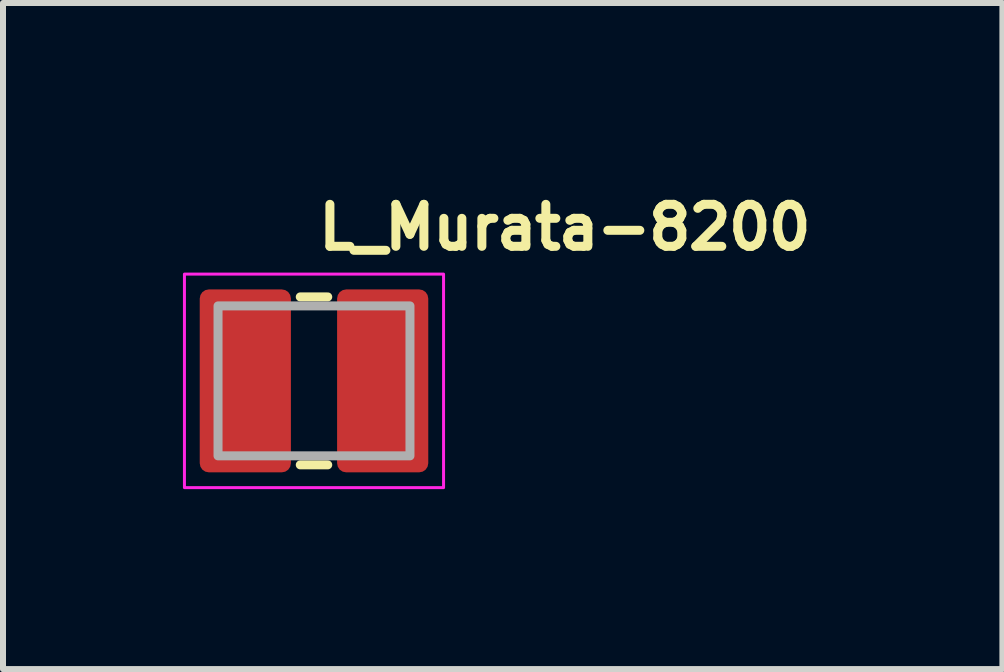
<source format=kicad_pcb>
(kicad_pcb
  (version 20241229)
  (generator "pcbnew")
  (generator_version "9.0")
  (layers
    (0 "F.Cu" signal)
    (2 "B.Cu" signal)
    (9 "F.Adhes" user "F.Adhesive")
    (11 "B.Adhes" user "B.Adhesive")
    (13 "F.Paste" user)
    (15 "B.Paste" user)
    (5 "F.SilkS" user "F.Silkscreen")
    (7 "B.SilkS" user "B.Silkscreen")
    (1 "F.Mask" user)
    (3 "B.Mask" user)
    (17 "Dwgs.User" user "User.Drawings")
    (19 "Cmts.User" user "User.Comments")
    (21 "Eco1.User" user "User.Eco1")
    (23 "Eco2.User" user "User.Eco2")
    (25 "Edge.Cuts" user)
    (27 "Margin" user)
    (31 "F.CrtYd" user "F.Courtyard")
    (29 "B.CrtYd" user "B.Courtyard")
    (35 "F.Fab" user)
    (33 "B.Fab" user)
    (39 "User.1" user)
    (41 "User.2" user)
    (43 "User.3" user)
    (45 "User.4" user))
  (footprint "L_Murata-8200"
    (layer "F.Cu")
    (at 2.185 3.3)
    (property "Reference" "L_Murata-8200" (at 0 -2.15 0) (layer "F.SilkS") (effects (font (size 0.7 0.7) (thickness 0.15)) (justify left bottom)))
    (attr smd)
    (fp_line (start -0.229 -1.4) (end 0.229 -1.4) (stroke (width 0.15) (type solid)) (layer "F.SilkS"))
    (fp_line (start -0.229 1.4) (end 0.229 1.4) (stroke (width 0.15) (type solid)) (layer "F.SilkS"))
    (fp_rect (start -2.16 -1.78) (end 2.16 1.78) (stroke (width 0.05) (type solid)) (fill no) (layer "F.CrtYd"))
    (fp_rect (start -1.6 -1.25) (end 1.6 1.25) (stroke (width 0.15) (type solid)) (fill no) (layer "F.Fab"))
    (fp_rect (start -1.6 -1.25) (end 1.6 1.25) (stroke (width 0.1) (type solid)) (fill no) (layer "User.5"))
    (fp_line (start -1.6 -1.15) (end -1.6 -1) (stroke (width 0.02) (type solid)) (layer "User.9"))
    (fp_line (start -1.6 -1.014) (end -1.6 1) (stroke (width 0.02) (type solid)) (layer "User.9"))
    (fp_line (start -1.6 -1) (end -1.6 1) (stroke (width 0.02) (type solid)) (layer "User.9"))
    (fp_line (start -1.6 1) (end -1.6 1.15) (stroke (width 0.02) (type solid)) (layer "User.9"))
    (fp_line (start -1.6 1.15) (end -1.599 1.154) (stroke (width 0.02) (type solid)) (layer "User.9"))
    (fp_line (start -1.599 -1.159) (end -1.599 -1.154) (stroke (width 0.02) (type solid)) (layer "User.9"))
    (fp_line (start -1.599 -1.154) (end -1.6 -1.15) (stroke (width 0.02) (type solid)) (layer "User.9"))
    (fp_line (start -1.599 1.154) (end -1.599 1.159) (stroke (width 0.02) (type solid)) (layer "User.9"))
    (fp_line (start -1.599 1.159) (end -1.598 1.164) (stroke (width 0.02) (type solid)) (layer "User.9"))
    (fp_line (start -1.598 -1.169) (end -1.598 -1.164) (stroke (width 0.02) (type solid)) (layer "User.9"))
    (fp_line (start -1.598 -1.164) (end -1.599 -1.159) (stroke (width 0.02) (type solid)) (layer "User.9"))
    (fp_line (start -1.598 1.164) (end -1.598 1.169) (stroke (width 0.02) (type solid)) (layer "User.9"))
    (fp_line (start -1.598 1.169) (end -1.596 1.174) (stroke (width 0.02) (type solid)) (layer "User.9"))
    (fp_line (start -1.596 -1.174) (end -1.598 -1.169) (stroke (width 0.02) (type solid)) (layer "User.9"))
    (fp_line (start -1.596 1.174) (end -1.595 1.179) (stroke (width 0.02) (type solid)) (layer "User.9"))
    (fp_line (start -1.595 -1.179) (end -1.596 -1.174) (stroke (width 0.02) (type solid)) (layer "User.9"))
    (fp_line (start -1.595 1.179) (end -1.594 1.183) (stroke (width 0.02) (type solid)) (layer "User.9"))
    (fp_line (start -1.594 -1.183) (end -1.595 -1.179) (stroke (width 0.02) (type solid)) (layer "User.9"))
    (fp_line (start -1.594 1.183) (end -1.592 1.188) (stroke (width 0.02) (type solid)) (layer "User.9"))
    (fp_line (start -1.592 -1.188) (end -1.594 -1.183) (stroke (width 0.02) (type solid)) (layer "User.9"))
    (fp_line (start -1.592 1.188) (end -1.59 1.192) (stroke (width 0.02) (type solid)) (layer "User.9"))
    (fp_line (start -1.59 -1.192) (end -1.592 -1.188) (stroke (width 0.02) (type solid)) (layer "User.9"))
    (fp_line (start -1.59 1.192) (end -1.588 1.197) (stroke (width 0.02) (type solid)) (layer "User.9"))
    (fp_line (start -1.588 -1.197) (end -1.59 -1.192) (stroke (width 0.02) (type solid)) (layer "User.9"))
    (fp_line (start -1.588 1.197) (end -1.585 1.201) (stroke (width 0.02) (type solid)) (layer "User.9"))
    (fp_line (start -1.585 -1.201) (end -1.588 -1.197) (stroke (width 0.02) (type solid)) (layer "User.9"))
    (fp_line (start -1.585 1.201) (end -1.583 1.205) (stroke (width 0.02) (type solid)) (layer "User.9"))
    (fp_line (start -1.583 -1.205) (end -1.585 -1.201) (stroke (width 0.02) (type solid)) (layer "User.9"))
    (fp_line (start -1.583 1.205) (end -1.58 1.209) (stroke (width 0.02) (type solid)) (layer "User.9"))
    (fp_line (start -1.58 -1.209) (end -1.583 -1.205) (stroke (width 0.02) (type solid)) (layer "User.9"))
    (fp_line (start -1.58 1.209) (end -1.577 1.213) (stroke (width 0.02) (type solid)) (layer "User.9"))
    (fp_line (start -1.577 -1.213) (end -1.58 -1.209) (stroke (width 0.02) (type solid)) (layer "User.9"))
    (fp_line (start -1.577 1.213) (end -1.574 1.217) (stroke (width 0.02) (type solid)) (layer "User.9"))
    (fp_line (start -1.574 -1.217) (end -1.577 -1.213) (stroke (width 0.02) (type solid)) (layer "User.9"))
    (fp_line (start -1.574 1.217) (end -1.57 1.22) (stroke (width 0.02) (type solid)) (layer "User.9"))
    (fp_line (start -1.57 -1.22) (end -1.574 -1.217) (stroke (width 0.02) (type solid)) (layer "User.9"))
    (fp_line (start -1.57 -1.22) (end -1.57 -1.22) (stroke (width 0.02) (type solid)) (layer "User.9"))
    (fp_line (start -1.57 1.22) (end -1.57 1.22) (stroke (width 0.02) (type solid)) (layer "User.9"))
    (fp_line (start -1.57 1.22) (end -1.567 1.224) (stroke (width 0.02) (type solid)) (layer "User.9"))
    (fp_line (start -1.567 -1.224) (end -1.57 -1.22) (stroke (width 0.02) (type solid)) (layer "User.9"))
    (fp_line (start -1.567 1.224) (end -1.563 1.227) (stroke (width 0.02) (type solid)) (layer "User.9"))
    (fp_line (start -1.563 -1.227) (end -1.567 -1.224) (stroke (width 0.02) (type solid)) (layer "User.9"))
    (fp_line (start -1.563 1.227) (end -1.559 1.23) (stroke (width 0.02) (type solid)) (layer "User.9"))
    (fp_line (start -1.559 -1.23) (end -1.563 -1.227) (stroke (width 0.02) (type solid)) (layer "User.9"))
    (fp_line (start -1.559 1.23) (end -1.555 1.233) (stroke (width 0.02) (type solid)) (layer "User.9"))
    (fp_line (start -1.555 -1.233) (end -1.559 -1.23) (stroke (width 0.02) (type solid)) (layer "User.9"))
    (fp_line (start -1.555 1.233) (end -1.551 1.235) (stroke (width 0.02) (type solid)) (layer "User.9"))
    (fp_line (start -1.551 -1.235) (end -1.555 -1.233) (stroke (width 0.02) (type solid)) (layer "User.9"))
    (fp_line (start -1.551 1.235) (end -1.547 1.238) (stroke (width 0.02) (type solid)) (layer "User.9"))
    (fp_line (start -1.547 -1.238) (end -1.551 -1.235) (stroke (width 0.02) (type solid)) (layer "User.9"))
    (fp_line (start -1.547 1.238) (end -1.542 1.24) (stroke (width 0.02) (type solid)) (layer "User.9"))
    (fp_line (start -1.542 -1.24) (end -1.547 -1.238) (stroke (width 0.02) (type solid)) (layer "User.9"))
    (fp_line (start -1.542 1.24) (end -1.538 1.242) (stroke (width 0.02) (type solid)) (layer "User.9"))
    (fp_line (start -1.538 -1.242) (end -1.542 -1.24) (stroke (width 0.02) (type solid)) (layer "User.9"))
    (fp_line (start -1.538 1.242) (end -1.533 1.244) (stroke (width 0.02) (type solid)) (layer "User.9"))
    (fp_line (start -1.533 -1.244) (end -1.538 -1.242) (stroke (width 0.02) (type solid)) (layer "User.9"))
    (fp_line (start -1.533 1.244) (end -1.529 1.245) (stroke (width 0.02) (type solid)) (layer "User.9"))
    (fp_line (start -1.529 -1.245) (end -1.533 -1.244) (stroke (width 0.02) (type solid)) (layer "User.9"))
    (fp_line (start -1.529 1.245) (end -1.524 1.246) (stroke (width 0.02) (type solid)) (layer "User.9"))
    (fp_line (start -1.524 -1.246) (end -1.529 -1.245) (stroke (width 0.02) (type solid)) (layer "User.9"))
    (fp_line (start -1.524 1.246) (end -1.519 1.248) (stroke (width 0.02) (type solid)) (layer "User.9"))
    (fp_line (start -1.519 -1.248) (end -1.524 -1.246) (stroke (width 0.02) (type solid)) (layer "User.9"))
    (fp_line (start -1.519 1.248) (end -1.514 1.248) (stroke (width 0.02) (type solid)) (layer "User.9"))
    (fp_line (start -1.514 -1.248) (end -1.519 -1.248) (stroke (width 0.02) (type solid)) (layer "User.9"))
    (fp_line (start -1.514 1.248) (end -1.509 1.249) (stroke (width 0.02) (type solid)) (layer "User.9"))
    (fp_line (start -1.509 -1.249) (end -1.514 -1.248) (stroke (width 0.02) (type solid)) (layer "User.9"))
    (fp_line (start -1.509 1.249) (end -1.504 1.249) (stroke (width 0.02) (type solid)) (layer "User.9"))
    (fp_line (start -1.504 -1.249) (end -1.509 -1.249) (stroke (width 0.02) (type solid)) (layer "User.9"))
    (fp_line (start -1.504 1.249) (end -1.5 1.25) (stroke (width 0.02) (type solid)) (layer "User.9"))
    (fp_line (start -1.5 -1.25) (end -1.504 -1.249) (stroke (width 0.02) (type solid)) (layer "User.9"))
    (fp_line (start -1.5 -1.25) (end -1.1 -1.25) (stroke (width 0.02) (type solid)) (layer "User.9"))
    (fp_line (start -1.5 1.25) (end -1.1 1.25) (stroke (width 0.02) (type solid)) (layer "User.9"))
    (fp_line (start -1.25 -1.15) (end -1.25 1.15) (stroke (width 0.02) (type solid)) (layer "User.9"))
    (fp_line (start -1.25 1.15) (end -1.25 -1.15) (stroke (width 0.02) (type solid)) (layer "User.9"))
    (fp_line (start -1.25 1.15) (end -1.249 1.154) (stroke (width 0.02) (type solid)) (layer "User.9"))
    (fp_line (start -1.249 -1.159) (end -1.249 -1.154) (stroke (width 0.02) (type solid)) (layer "User.9"))
    (fp_line (start -1.249 -1.154) (end -1.25 -1.15) (stroke (width 0.02) (type solid)) (layer "User.9"))
    (fp_line (start -1.249 1.154) (end -1.249 1.159) (stroke (width 0.02) (type solid)) (layer "User.9"))
    (fp_line (start -1.249 1.159) (end -1.248 1.164) (stroke (width 0.02) (type solid)) (layer "User.9"))
    (fp_line (start -1.248 -1.169) (end -1.248 -1.164) (stroke (width 0.02) (type solid)) (layer "User.9"))
    (fp_line (start -1.248 -1.164) (end -1.249 -1.159) (stroke (width 0.02) (type solid)) (layer "User.9"))
    (fp_line (start -1.248 1.164) (end -1.248 1.169) (stroke (width 0.02) (type solid)) (layer "User.9"))
    (fp_line (start -1.248 1.169) (end -1.246 1.174) (stroke (width 0.02) (type solid)) (layer "User.9"))
    (fp_line (start -1.246 -1.174) (end -1.248 -1.169) (stroke (width 0.02) (type solid)) (layer "User.9"))
    (fp_line (start -1.246 1.174) (end -1.245 1.179) (stroke (width 0.02) (type solid)) (layer "User.9"))
    (fp_line (start -1.245 -1.179) (end -1.246 -1.174) (stroke (width 0.02) (type solid)) (layer "User.9"))
    (fp_line (start -1.245 1.179) (end -1.244 1.183) (stroke (width 0.02) (type solid)) (layer "User.9"))
    (fp_line (start -1.244 -1.183) (end -1.245 -1.179) (stroke (width 0.02) (type solid)) (layer "User.9"))
    (fp_line (start -1.244 1.183) (end -1.242 1.188) (stroke (width 0.02) (type solid)) (layer "User.9"))
    (fp_line (start -1.242 -1.188) (end -1.244 -1.183) (stroke (width 0.02) (type solid)) (layer "User.9"))
    (fp_line (start -1.242 1.188) (end -1.24 1.192) (stroke (width 0.02) (type solid)) (layer "User.9"))
    (fp_line (start -1.24 -1.192) (end -1.242 -1.188) (stroke (width 0.02) (type solid)) (layer "User.9"))
    (fp_line (start -1.24 1.192) (end -1.238 1.197) (stroke (width 0.02) (type solid)) (layer "User.9"))
    (fp_line (start -1.238 -1.197) (end -1.24 -1.192) (stroke (width 0.02) (type solid)) (layer "User.9"))
    (fp_line (start -1.238 1.197) (end -1.235 1.201) (stroke (width 0.02) (type solid)) (layer "User.9"))
    (fp_line (start -1.235 -1.201) (end -1.238 -1.197) (stroke (width 0.02) (type solid)) (layer "User.9"))
    (fp_line (start -1.235 1.201) (end -1.233 1.205) (stroke (width 0.02) (type solid)) (layer "User.9"))
    (fp_line (start -1.233 -1.205) (end -1.235 -1.201) (stroke (width 0.02) (type solid)) (layer "User.9"))
    (fp_line (start -1.233 1.205) (end -1.23 1.209) (stroke (width 0.02) (type solid)) (layer "User.9"))
    (fp_line (start -1.23 -1.209) (end -1.233 -1.205) (stroke (width 0.02) (type solid)) (layer "User.9"))
    (fp_line (start -1.23 1.209) (end -1.227 1.213) (stroke (width 0.02) (type solid)) (layer "User.9"))
    (fp_line (start -1.227 -1.213) (end -1.23 -1.209) (stroke (width 0.02) (type solid)) (layer "User.9"))
    (fp_line (start -1.227 1.213) (end -1.224 1.217) (stroke (width 0.02) (type solid)) (layer "User.9"))
    (fp_line (start -1.224 -1.217) (end -1.227 -1.213) (stroke (width 0.02) (type solid)) (layer "User.9"))
    (fp_line (start -1.224 1.217) (end -1.22 1.22) (stroke (width 0.02) (type solid)) (layer "User.9"))
    (fp_line (start -1.22 -1.22) (end -1.224 -1.217) (stroke (width 0.02) (type solid)) (layer "User.9"))
    (fp_line (start -1.22 -1.22) (end -1.22 -1.22) (stroke (width 0.02) (type solid)) (layer "User.9"))
    (fp_line (start -1.22 1.22) (end -1.22 1.22) (stroke (width 0.02) (type solid)) (layer "User.9"))
    (fp_line (start -1.22 1.22) (end -1.217 1.224) (stroke (width 0.02) (type solid)) (layer "User.9"))
    (fp_line (start -1.217 -1.224) (end -1.22 -1.22) (stroke (width 0.02) (type solid)) (layer "User.9"))
    (fp_line (start -1.217 1.224) (end -1.213 1.227) (stroke (width 0.02) (type solid)) (layer "User.9"))
    (fp_line (start -1.213 -1.227) (end -1.217 -1.224) (stroke (width 0.02) (type solid)) (layer "User.9"))
    (fp_line (start -1.213 1.227) (end -1.209 1.23) (stroke (width 0.02) (type solid)) (layer "User.9"))
    (fp_line (start -1.209 -1.23) (end -1.213 -1.227) (stroke (width 0.02) (type solid)) (layer "User.9"))
    (fp_line (start -1.209 1.23) (end -1.205 1.233) (stroke (width 0.02) (type solid)) (layer "User.9"))
    (fp_line (start -1.205 -1.233) (end -1.209 -1.23) (stroke (width 0.02) (type solid)) (layer "User.9"))
    (fp_line (start -1.205 1.233) (end -1.201 1.235) (stroke (width 0.02) (type solid)) (layer "User.9"))
    (fp_line (start -1.201 -1.235) (end -1.205 -1.233) (stroke (width 0.02) (type solid)) (layer "User.9"))
    (fp_line (start -1.201 1.235) (end -1.197 1.238) (stroke (width 0.02) (type solid)) (layer "User.9"))
    (fp_line (start -1.197 -1.238) (end -1.201 -1.235) (stroke (width 0.02) (type solid)) (layer "User.9"))
    (fp_line (start -1.197 1.238) (end -1.192 1.24) (stroke (width 0.02) (type solid)) (layer "User.9"))
    (fp_line (start -1.192 -1.24) (end -1.197 -1.238) (stroke (width 0.02) (type solid)) (layer "User.9"))
    (fp_line (start -1.192 1.24) (end -1.188 1.242) (stroke (width 0.02) (type solid)) (layer "User.9"))
    (fp_line (start -1.188 -1.242) (end -1.192 -1.24) (stroke (width 0.02) (type solid)) (layer "User.9"))
    (fp_line (start -1.188 1.242) (end -1.183 1.244) (stroke (width 0.02) (type solid)) (layer "User.9"))
    (fp_line (start -1.183 -1.244) (end -1.188 -1.242) (stroke (width 0.02) (type solid)) (layer "User.9"))
    (fp_line (start -1.183 1.244) (end -1.179 1.245) (stroke (width 0.02) (type solid)) (layer "User.9"))
    (fp_line (start -1.179 -1.245) (end -1.183 -1.244) (stroke (width 0.02) (type solid)) (layer "User.9"))
    (fp_line (start -1.179 1.245) (end -1.174 1.246) (stroke (width 0.02) (type solid)) (layer "User.9"))
    (fp_line (start -1.174 -1.246) (end -1.179 -1.245) (stroke (width 0.02) (type solid)) (layer "User.9"))
    (fp_line (start -1.174 1.246) (end -1.169 1.248) (stroke (width 0.02) (type solid)) (layer "User.9"))
    (fp_line (start -1.169 -1.248) (end -1.174 -1.246) (stroke (width 0.02) (type solid)) (layer "User.9"))
    (fp_line (start -1.169 1.248) (end -1.164 1.248) (stroke (width 0.02) (type solid)) (layer "User.9"))
    (fp_line (start -1.164 -1.248) (end -1.169 -1.248) (stroke (width 0.02) (type solid)) (layer "User.9"))
    (fp_line (start -1.164 1.248) (end -1.159 1.249) (stroke (width 0.02) (type solid)) (layer "User.9"))
    (fp_line (start -1.159 -1.249) (end -1.164 -1.248) (stroke (width 0.02) (type solid)) (layer "User.9"))
    (fp_line (start -1.159 1.249) (end -1.154 1.249) (stroke (width 0.02) (type solid)) (layer "User.9"))
    (fp_line (start -1.154 -1.249) (end -1.159 -1.249) (stroke (width 0.02) (type solid)) (layer "User.9"))
    (fp_line (start -1.154 1.249) (end -1.15 1.25) (stroke (width 0.02) (type solid)) (layer "User.9"))
    (fp_line (start -1.15 -1.25) (end -1.154 -1.249) (stroke (width 0.02) (type solid)) (layer "User.9"))
    (fp_line (start -1.15 -1.25) (end 1.15 -1.25) (stroke (width 0.02) (type solid)) (layer "User.9"))
    (fp_line (start -1.15 1.25) (end 1.15 1.25) (stroke (width 0.02) (type solid)) (layer "User.9"))
    (fp_line (start -1.1 -1.25) (end -1.5 -1.25) (stroke (width 0.02) (type solid)) (layer "User.9"))
    (fp_line (start -1.1 1.25) (end -1.5 1.25) (stroke (width 0.02) (type solid)) (layer "User.9"))
    (fp_line (start -0.5 1.25) (end 0.5 1.25) (stroke (width 0.02) (type solid)) (layer "User.9"))
    (fp_line (start 0.5 -1.25) (end -0.5 -1.25) (stroke (width 0.02) (type solid)) (layer "User.9"))
    (fp_line (start 0.5 1.25) (end -0.5 1.25) (stroke (width 0.02) (type solid)) (layer "User.9"))
    (fp_line (start 1.1 -1.25) (end 1.5 -1.25) (stroke (width 0.02) (type solid)) (layer "User.9"))
    (fp_line (start 1.1 1.25) (end 1.5 1.25) (stroke (width 0.02) (type solid)) (layer "User.9"))
    (fp_line (start 1.15 -1.25) (end -1.15 -1.25) (stroke (width 0.02) (type solid)) (layer "User.9"))
    (fp_line (start 1.15 1.25) (end -1.15 1.25) (stroke (width 0.02) (type solid)) (layer "User.9"))
    (fp_line (start 1.15 1.25) (end 1.154 1.249) (stroke (width 0.02) (type solid)) (layer "User.9"))
    (fp_line (start 1.154 -1.249) (end 1.15 -1.25) (stroke (width 0.02) (type solid)) (layer "User.9"))
    (fp_line (start 1.154 1.249) (end 1.159 1.249) (stroke (width 0.02) (type solid)) (layer "User.9"))
    (fp_line (start 1.159 -1.249) (end 1.154 -1.249) (stroke (width 0.02) (type solid)) (layer "User.9"))
    (fp_line (start 1.159 1.249) (end 1.164 1.248) (stroke (width 0.02) (type solid)) (layer "User.9"))
    (fp_line (start 1.164 -1.248) (end 1.159 -1.249) (stroke (width 0.02) (type solid)) (layer "User.9"))
    (fp_line (start 1.164 1.248) (end 1.169 1.248) (stroke (width 0.02) (type solid)) (layer "User.9"))
    (fp_line (start 1.169 -1.248) (end 1.164 -1.248) (stroke (width 0.02) (type solid)) (layer "User.9"))
    (fp_line (start 1.169 1.248) (end 1.174 1.246) (stroke (width 0.02) (type solid)) (layer "User.9"))
    (fp_line (start 1.174 -1.246) (end 1.169 -1.248) (stroke (width 0.02) (type solid)) (layer "User.9"))
    (fp_line (start 1.174 1.246) (end 1.179 1.245) (stroke (width 0.02) (type solid)) (layer "User.9"))
    (fp_line (start 1.179 -1.245) (end 1.174 -1.246) (stroke (width 0.02) (type solid)) (layer "User.9"))
    (fp_line (start 1.179 1.245) (end 1.183 1.244) (stroke (width 0.02) (type solid)) (layer "User.9"))
    (fp_line (start 1.183 -1.244) (end 1.179 -1.245) (stroke (width 0.02) (type solid)) (layer "User.9"))
    (fp_line (start 1.183 1.244) (end 1.188 1.242) (stroke (width 0.02) (type solid)) (layer "User.9"))
    (fp_line (start 1.188 -1.242) (end 1.183 -1.244) (stroke (width 0.02) (type solid)) (layer "User.9"))
    (fp_line (start 1.188 1.242) (end 1.192 1.24) (stroke (width 0.02) (type solid)) (layer "User.9"))
    (fp_line (start 1.192 -1.24) (end 1.188 -1.242) (stroke (width 0.02) (type solid)) (layer "User.9"))
    (fp_line (start 1.192 1.24) (end 1.197 1.238) (stroke (width 0.02) (type solid)) (layer "User.9"))
    (fp_line (start 1.197 -1.238) (end 1.192 -1.24) (stroke (width 0.02) (type solid)) (layer "User.9"))
    (fp_line (start 1.197 1.238) (end 1.201 1.235) (stroke (width 0.02) (type solid)) (layer "User.9"))
    (fp_line (start 1.201 -1.235) (end 1.197 -1.238) (stroke (width 0.02) (type solid)) (layer "User.9"))
    (fp_line (start 1.201 1.235) (end 1.205 1.233) (stroke (width 0.02) (type solid)) (layer "User.9"))
    (fp_line (start 1.205 -1.233) (end 1.201 -1.235) (stroke (width 0.02) (type solid)) (layer "User.9"))
    (fp_line (start 1.205 1.233) (end 1.209 1.23) (stroke (width 0.02) (type solid)) (layer "User.9"))
    (fp_line (start 1.209 -1.23) (end 1.205 -1.233) (stroke (width 0.02) (type solid)) (layer "User.9"))
    (fp_line (start 1.209 1.23) (end 1.213 1.227) (stroke (width 0.02) (type solid)) (layer "User.9"))
    (fp_line (start 1.213 -1.227) (end 1.209 -1.23) (stroke (width 0.02) (type solid)) (layer "User.9"))
    (fp_line (start 1.213 1.227) (end 1.217 1.224) (stroke (width 0.02) (type solid)) (layer "User.9"))
    (fp_line (start 1.217 -1.224) (end 1.213 -1.227) (stroke (width 0.02) (type solid)) (layer "User.9"))
    (fp_line (start 1.217 1.224) (end 1.22 1.22) (stroke (width 0.02) (type solid)) (layer "User.9"))
    (fp_line (start 1.22 -1.22) (end 1.217 -1.224) (stroke (width 0.02) (type solid)) (layer "User.9"))
    (fp_line (start 1.22 -1.22) (end 1.22 -1.22) (stroke (width 0.02) (type solid)) (layer "User.9"))
    (fp_line (start 1.22 1.22) (end 1.22 1.22) (stroke (width 0.02) (type solid)) (layer "User.9"))
    (fp_line (start 1.22 1.22) (end 1.224 1.217) (stroke (width 0.02) (type solid)) (layer "User.9"))
    (fp_line (start 1.224 -1.217) (end 1.22 -1.22) (stroke (width 0.02) (type solid)) (layer "User.9"))
    (fp_line (start 1.224 1.217) (end 1.227 1.213) (stroke (width 0.02) (type solid)) (layer "User.9"))
    (fp_line (start 1.227 -1.213) (end 1.224 -1.217) (stroke (width 0.02) (type solid)) (layer "User.9"))
    (fp_line (start 1.227 1.213) (end 1.23 1.209) (stroke (width 0.02) (type solid)) (layer "User.9"))
    (fp_line (start 1.23 -1.209) (end 1.227 -1.213) (stroke (width 0.02) (type solid)) (layer "User.9"))
    (fp_line (start 1.23 1.209) (end 1.233 1.205) (stroke (width 0.02) (type solid)) (layer "User.9"))
    (fp_line (start 1.233 -1.205) (end 1.23 -1.209) (stroke (width 0.02) (type solid)) (layer "User.9"))
    (fp_line (start 1.233 1.205) (end 1.235 1.201) (stroke (width 0.02) (type solid)) (layer "User.9"))
    (fp_line (start 1.235 -1.201) (end 1.233 -1.205) (stroke (width 0.02) (type solid)) (layer "User.9"))
    (fp_line (start 1.235 1.201) (end 1.238 1.197) (stroke (width 0.02) (type solid)) (layer "User.9"))
    (fp_line (start 1.238 -1.197) (end 1.235 -1.201) (stroke (width 0.02) (type solid)) (layer "User.9"))
    (fp_line (start 1.238 1.197) (end 1.24 1.192) (stroke (width 0.02) (type solid)) (layer "User.9"))
    (fp_line (start 1.24 -1.192) (end 1.238 -1.197) (stroke (width 0.02) (type solid)) (layer "User.9"))
    (fp_line (start 1.24 1.192) (end 1.242 1.188) (stroke (width 0.02) (type solid)) (layer "User.9"))
    (fp_line (start 1.242 -1.188) (end 1.24 -1.192) (stroke (width 0.02) (type solid)) (layer "User.9"))
    (fp_line (start 1.242 1.188) (end 1.244 1.183) (stroke (width 0.02) (type solid)) (layer "User.9"))
    (fp_line (start 1.244 -1.183) (end 1.242 -1.188) (stroke (width 0.02) (type solid)) (layer "User.9"))
    (fp_line (start 1.244 1.183) (end 1.245 1.179) (stroke (width 0.02) (type solid)) (layer "User.9"))
    (fp_line (start 1.245 -1.179) (end 1.244 -1.183) (stroke (width 0.02) (type solid)) (layer "User.9"))
    (fp_line (start 1.245 1.179) (end 1.246 1.174) (stroke (width 0.02) (type solid)) (layer "User.9"))
    (fp_line (start 1.246 -1.174) (end 1.245 -1.179) (stroke (width 0.02) (type solid)) (layer "User.9"))
    (fp_line (start 1.246 1.174) (end 1.248 1.169) (stroke (width 0.02) (type solid)) (layer "User.9"))
    (fp_line (start 1.248 -1.169) (end 1.246 -1.174) (stroke (width 0.02) (type solid)) (layer "User.9"))
    (fp_line (start 1.248 -1.164) (end 1.248 -1.169) (stroke (width 0.02) (type solid)) (layer "User.9"))
    (fp_line (start 1.248 1.164) (end 1.249 1.159) (stroke (width 0.02) (type solid)) (layer "User.9"))
    (fp_line (start 1.248 1.169) (end 1.248 1.164) (stroke (width 0.02) (type solid)) (layer "User.9"))
    (fp_line (start 1.249 -1.159) (end 1.248 -1.164) (stroke (width 0.02) (type solid)) (layer "User.9"))
    (fp_line (start 1.249 -1.154) (end 1.249 -1.159) (stroke (width 0.02) (type solid)) (layer "User.9"))
    (fp_line (start 1.249 1.154) (end 1.25 1.15) (stroke (width 0.02) (type solid)) (layer "User.9"))
    (fp_line (start 1.249 1.159) (end 1.249 1.154) (stroke (width 0.02) (type solid)) (layer "User.9"))
    (fp_line (start 1.25 -1.15) (end 1.249 -1.154) (stroke (width 0.02) (type solid)) (layer "User.9"))
    (fp_line (start 1.25 -1.15) (end 1.25 1.15) (stroke (width 0.02) (type solid)) (layer "User.9"))
    (fp_line (start 1.25 1.15) (end 1.25 -1.15) (stroke (width 0.02) (type solid)) (layer "User.9"))
    (fp_line (start 1.5 -1.25) (end 1.1 -1.25) (stroke (width 0.02) (type solid)) (layer "User.9"))
    (fp_line (start 1.5 1.25) (end 1.1 1.25) (stroke (width 0.02) (type solid)) (layer "User.9"))
    (fp_line (start 1.5 1.25) (end 1.504 1.249) (stroke (width 0.02) (type solid)) (layer "User.9"))
    (fp_line (start 1.504 -1.249) (end 1.5 -1.25) (stroke (width 0.02) (type solid)) (layer "User.9"))
    (fp_line (start 1.504 1.249) (end 1.509 1.249) (stroke (width 0.02) (type solid)) (layer "User.9"))
    (fp_line (start 1.509 -1.249) (end 1.504 -1.249) (stroke (width 0.02) (type solid)) (layer "User.9"))
    (fp_line (start 1.509 1.249) (end 1.514 1.248) (stroke (width 0.02) (type solid)) (layer "User.9"))
    (fp_line (start 1.514 -1.248) (end 1.509 -1.249) (stroke (width 0.02) (type solid)) (layer "User.9"))
    (fp_line (start 1.514 1.248) (end 1.519 1.248) (stroke (width 0.02) (type solid)) (layer "User.9"))
    (fp_line (start 1.519 -1.248) (end 1.514 -1.248) (stroke (width 0.02) (type solid)) (layer "User.9"))
    (fp_line (start 1.519 1.248) (end 1.524 1.246) (stroke (width 0.02) (type solid)) (layer "User.9"))
    (fp_line (start 1.524 -1.246) (end 1.519 -1.248) (stroke (width 0.02) (type solid)) (layer "User.9"))
    (fp_line (start 1.524 1.246) (end 1.529 1.245) (stroke (width 0.02) (type solid)) (layer "User.9"))
    (fp_line (start 1.529 -1.245) (end 1.524 -1.246) (stroke (width 0.02) (type solid)) (layer "User.9"))
    (fp_line (start 1.529 1.245) (end 1.533 1.244) (stroke (width 0.02) (type solid)) (layer "User.9"))
    (fp_line (start 1.533 -1.244) (end 1.529 -1.245) (stroke (width 0.02) (type solid)) (layer "User.9"))
    (fp_line (start 1.533 1.244) (end 1.538 1.242) (stroke (width 0.02) (type solid)) (layer "User.9"))
    (fp_line (start 1.538 -1.242) (end 1.533 -1.244) (stroke (width 0.02) (type solid)) (layer "User.9"))
    (fp_line (start 1.538 1.242) (end 1.542 1.24) (stroke (width 0.02) (type solid)) (layer "User.9"))
    (fp_line (start 1.542 -1.24) (end 1.538 -1.242) (stroke (width 0.02) (type solid)) (layer "User.9"))
    (fp_line (start 1.542 1.24) (end 1.547 1.238) (stroke (width 0.02) (type solid)) (layer "User.9"))
    (fp_line (start 1.547 -1.238) (end 1.542 -1.24) (stroke (width 0.02) (type solid)) (layer "User.9"))
    (fp_line (start 1.547 1.238) (end 1.551 1.235) (stroke (width 0.02) (type solid)) (layer "User.9"))
    (fp_line (start 1.551 -1.235) (end 1.547 -1.238) (stroke (width 0.02) (type solid)) (layer "User.9"))
    (fp_line (start 1.551 1.235) (end 1.555 1.233) (stroke (width 0.02) (type solid)) (layer "User.9"))
    (fp_line (start 1.555 -1.233) (end 1.551 -1.235) (stroke (width 0.02) (type solid)) (layer "User.9"))
    (fp_line (start 1.555 1.233) (end 1.559 1.23) (stroke (width 0.02) (type solid)) (layer "User.9"))
    (fp_line (start 1.559 -1.23) (end 1.555 -1.233) (stroke (width 0.02) (type solid)) (layer "User.9"))
    (fp_line (start 1.559 1.23) (end 1.563 1.227) (stroke (width 0.02) (type solid)) (layer "User.9"))
    (fp_line (start 1.563 -1.227) (end 1.559 -1.23) (stroke (width 0.02) (type solid)) (layer "User.9"))
    (fp_line (start 1.563 1.227) (end 1.567 1.224) (stroke (width 0.02) (type solid)) (layer "User.9"))
    (fp_line (start 1.567 -1.224) (end 1.563 -1.227) (stroke (width 0.02) (type solid)) (layer "User.9"))
    (fp_line (start 1.567 1.224) (end 1.57 1.22) (stroke (width 0.02) (type solid)) (layer "User.9"))
    (fp_line (start 1.57 -1.22) (end 1.567 -1.224) (stroke (width 0.02) (type solid)) (layer "User.9"))
    (fp_line (start 1.57 -1.22) (end 1.57 -1.22) (stroke (width 0.02) (type solid)) (layer "User.9"))
    (fp_line (start 1.57 1.22) (end 1.57 1.22) (stroke (width 0.02) (type solid)) (layer "User.9"))
    (fp_line (start 1.57 1.22) (end 1.574 1.217) (stroke (width 0.02) (type solid)) (layer "User.9"))
    (fp_line (start 1.574 -1.217) (end 1.57 -1.22) (stroke (width 0.02) (type solid)) (layer "User.9"))
    (fp_line (start 1.574 1.217) (end 1.577 1.213) (stroke (width 0.02) (type solid)) (layer "User.9"))
    (fp_line (start 1.577 -1.213) (end 1.574 -1.217) (stroke (width 0.02) (type solid)) (layer "User.9"))
    (fp_line (start 1.577 1.213) (end 1.58 1.209) (stroke (width 0.02) (type solid)) (layer "User.9"))
    (fp_line (start 1.58 -1.209) (end 1.577 -1.213) (stroke (width 0.02) (type solid)) (layer "User.9"))
    (fp_line (start 1.58 1.209) (end 1.583 1.205) (stroke (width 0.02) (type solid)) (layer "User.9"))
    (fp_line (start 1.583 -1.205) (end 1.58 -1.209) (stroke (width 0.02) (type solid)) (layer "User.9"))
    (fp_line (start 1.583 1.205) (end 1.585 1.201) (stroke (width 0.02) (type solid)) (layer "User.9"))
    (fp_line (start 1.585 -1.201) (end 1.583 -1.205) (stroke (width 0.02) (type solid)) (layer "User.9"))
    (fp_line (start 1.585 1.201) (end 1.588 1.197) (stroke (width 0.02) (type solid)) (layer "User.9"))
    (fp_line (start 1.588 -1.197) (end 1.585 -1.201) (stroke (width 0.02) (type solid)) (layer "User.9"))
    (fp_line (start 1.588 1.197) (end 1.59 1.192) (stroke (width 0.02) (type solid)) (layer "User.9"))
    (fp_line (start 1.59 -1.192) (end 1.588 -1.197) (stroke (width 0.02) (type solid)) (layer "User.9"))
    (fp_line (start 1.59 1.192) (end 1.592 1.188) (stroke (width 0.02) (type solid)) (layer "User.9"))
    (fp_line (start 1.592 -1.188) (end 1.59 -1.192) (stroke (width 0.02) (type solid)) (layer "User.9"))
    (fp_line (start 1.592 1.188) (end 1.594 1.183) (stroke (width 0.02) (type solid)) (layer "User.9"))
    (fp_line (start 1.594 -1.183) (end 1.592 -1.188) (stroke (width 0.02) (type solid)) (layer "User.9"))
    (fp_line (start 1.594 1.183) (end 1.595 1.179) (stroke (width 0.02) (type solid)) (layer "User.9"))
    (fp_line (start 1.595 -1.179) (end 1.594 -1.183) (stroke (width 0.02) (type solid)) (layer "User.9"))
    (fp_line (start 1.595 1.179) (end 1.596 1.174) (stroke (width 0.02) (type solid)) (layer "User.9"))
    (fp_line (start 1.596 -1.174) (end 1.595 -1.179) (stroke (width 0.02) (type solid)) (layer "User.9"))
    (fp_line (start 1.596 1.174) (end 1.598 1.169) (stroke (width 0.02) (type solid)) (layer "User.9"))
    (fp_line (start 1.598 -1.169) (end 1.596 -1.174) (stroke (width 0.02) (type solid)) (layer "User.9"))
    (fp_line (start 1.598 -1.164) (end 1.598 -1.169) (stroke (width 0.02) (type solid)) (layer "User.9"))
    (fp_line (start 1.598 1.164) (end 1.599 1.159) (stroke (width 0.02) (type solid)) (layer "User.9"))
    (fp_line (start 1.598 1.169) (end 1.598 1.164) (stroke (width 0.02) (type solid)) (layer "User.9"))
    (fp_line (start 1.599 -1.159) (end 1.598 -1.164) (stroke (width 0.02) (type solid)) (layer "User.9"))
    (fp_line (start 1.599 -1.154) (end 1.599 -1.159) (stroke (width 0.02) (type solid)) (layer "User.9"))
    (fp_line (start 1.599 1.154) (end 1.6 1.15) (stroke (width 0.02) (type solid)) (layer "User.9"))
    (fp_line (start 1.599 1.159) (end 1.599 1.154) (stroke (width 0.02) (type solid)) (layer "User.9"))
    (fp_line (start 1.6 -1.15) (end 1.599 -1.154) (stroke (width 0.02) (type solid)) (layer "User.9"))
    (fp_line (start 1.6 -1.014) (end 1.6 1) (stroke (width 0.02) (type solid)) (layer "User.9"))
    (fp_line (start 1.6 -1) (end 1.6 -1.15) (stroke (width 0.02) (type solid)) (layer "User.9"))
    (fp_line (start 1.6 1) (end 1.6 -1) (stroke (width 0.02) (type solid)) (layer "User.9"))
    (fp_line (start 1.6 1.15) (end 1.6 1) (stroke (width 0.02) (type solid)) (layer "User.9"))
    (pad "1" smd roundrect (at -1.145 0) (size 1.52 3.05) (layers "F.Cu" "F.Mask" "F.Paste") (roundrect_rratio 0.1))
    (pad "2" smd roundrect (at 1.145 0) (size 1.52 3.05) (layers "F.Cu" "F.Mask" "F.Paste") (roundrect_rratio 0.1)))
  (gr_rect
    (start -3 -3)
    (end 13.662 8.105)
    (stroke (width 0.1) (type default))
    (fill no)
    (layer "Edge.Cuts")))
</source>
